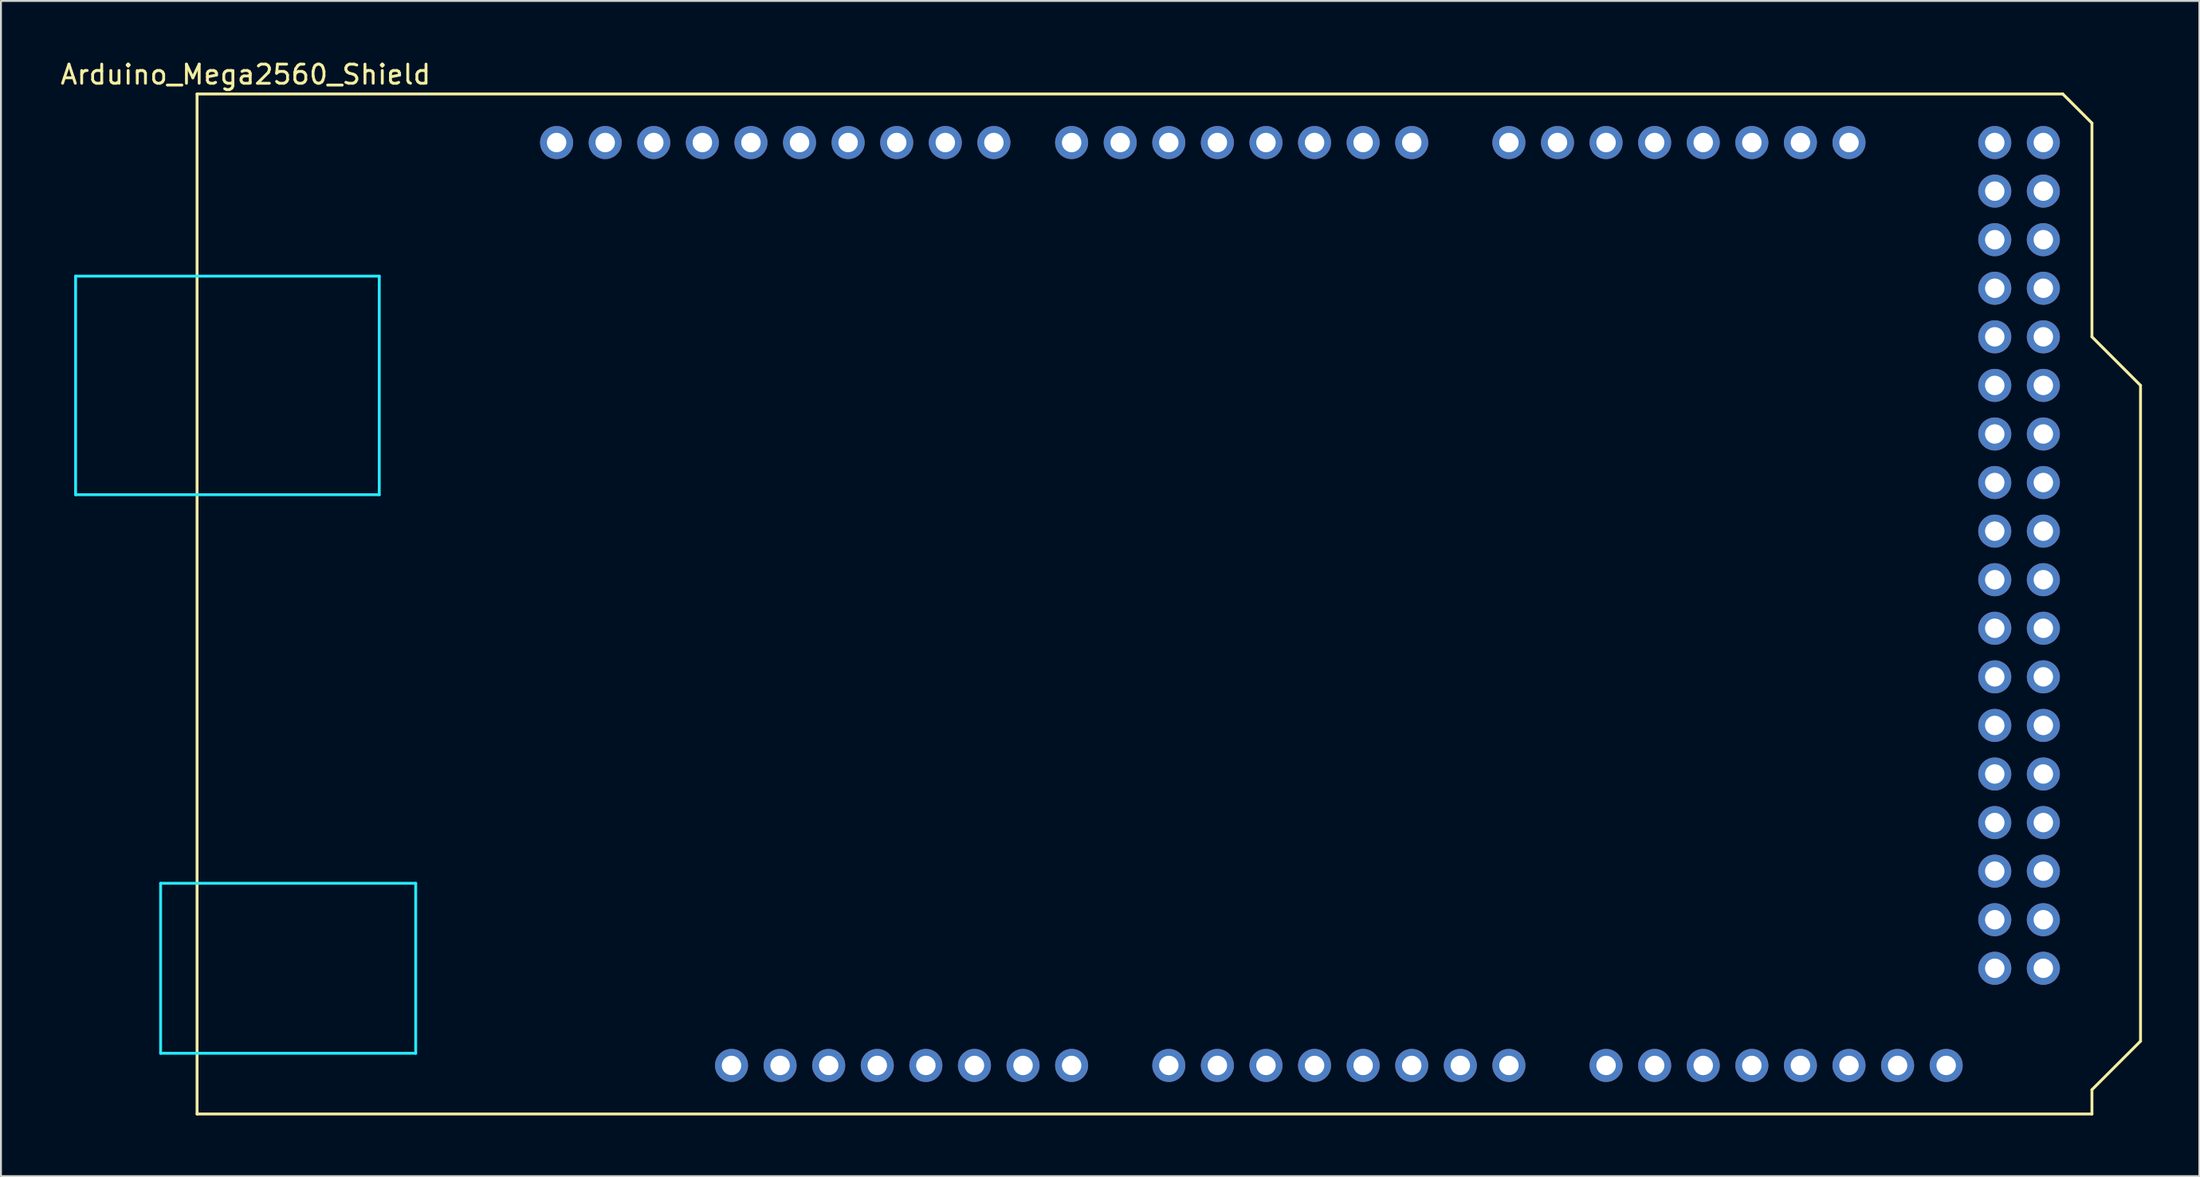
<source format=kicad_pcb>
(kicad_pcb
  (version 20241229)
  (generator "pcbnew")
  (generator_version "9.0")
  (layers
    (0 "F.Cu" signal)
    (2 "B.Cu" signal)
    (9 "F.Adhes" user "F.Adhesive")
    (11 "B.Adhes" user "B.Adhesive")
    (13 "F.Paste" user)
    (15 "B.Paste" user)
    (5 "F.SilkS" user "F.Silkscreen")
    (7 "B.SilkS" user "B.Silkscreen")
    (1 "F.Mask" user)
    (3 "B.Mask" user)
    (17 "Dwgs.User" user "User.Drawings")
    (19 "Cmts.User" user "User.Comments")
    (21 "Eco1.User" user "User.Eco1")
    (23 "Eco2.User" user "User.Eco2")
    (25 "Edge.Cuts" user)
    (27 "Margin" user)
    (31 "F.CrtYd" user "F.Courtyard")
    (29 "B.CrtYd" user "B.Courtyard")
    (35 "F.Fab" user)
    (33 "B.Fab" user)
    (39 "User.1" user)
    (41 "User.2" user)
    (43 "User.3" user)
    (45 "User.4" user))
  (footprint "Arduino_Mega2560_Shield"
    (layer "F.Cu")
    (at 7.252 55.204)
    (property "Reference" "Arduino_Mega2560_Shield" (at 2.54 -54.356 0) (layer "F.SilkS") (effects (font (size 1 1) (thickness 0.15))))
    (attr through_hole)
    (fp_line (start 0 -53.34) (end 0 0) (stroke (width 0.15) (type solid)) (layer "F.SilkS"))
    (fp_line (start 0 -53.34) (end 97.536 -53.34) (stroke (width 0.15) (type solid)) (layer "F.SilkS"))
    (fp_line (start 0 0) (end 99.06 0) (stroke (width 0.15) (type solid)) (layer "F.SilkS"))
    (fp_line (start 97.536 -53.34) (end 99.06 -51.816) (stroke (width 0.15) (type solid)) (layer "F.SilkS"))
    (fp_line (start 99.06 -40.64) (end 99.06 -51.816) (stroke (width 0.15) (type solid)) (layer "F.SilkS"))
    (fp_line (start 99.06 -1.27) (end 101.6 -3.81) (stroke (width 0.15) (type solid)) (layer "F.SilkS"))
    (fp_line (start 99.06 0) (end 99.06 -1.27) (stroke (width 0.15) (type solid)) (layer "F.SilkS"))
    (fp_line (start 101.6 -38.1) (end 99.06 -40.64) (stroke (width 0.15) (type solid)) (layer "F.SilkS"))
    (fp_line (start 101.6 -3.81) (end 101.6 -38.1) (stroke (width 0.15) (type solid)) (layer "F.SilkS"))
    (fp_line (start -6.35 -43.815) (end -6.35 -32.385) (stroke (width 0.15) (type solid)) (layer "B.CrtYd"))
    (fp_line (start -1.905 -12.065) (end -1.905 -3.175) (stroke (width 0.15) (type solid)) (layer "B.CrtYd"))
    (fp_line (start -1.905 -12.065) (end 11.43 -12.065) (stroke (width 0.15) (type solid)) (layer "B.CrtYd"))
    (fp_line (start -1.905 -3.175) (end 11.43 -3.175) (stroke (width 0.15) (type solid)) (layer "B.CrtYd"))
    (fp_line (start 9.525 -43.815) (end -6.35 -43.815) (stroke (width 0.15) (type solid)) (layer "B.CrtYd"))
    (fp_line (start 9.525 -43.815) (end 9.525 -32.385) (stroke (width 0.15) (type solid)) (layer "B.CrtYd"))
    (fp_line (start 9.525 -32.385) (end -6.35 -32.385) (stroke (width 0.15) (type solid)) (layer "B.CrtYd"))
    (fp_line (start 11.43 -12.065) (end 11.43 -3.175) (stroke (width 0.15) (type solid)) (layer "B.CrtYd"))
    (pad "" thru_hole oval (at 27.94 -2.54) (size 1.727 1.727) (drill 1.016) (layers "*.Cu" "*.Mask"))
    (pad "3V3" thru_hole oval (at 35.56 -2.54) (size 1.727 1.727) (drill 1.016) (layers "*.Cu" "*.Mask"))
    (pad "5V1" thru_hole oval (at 38.1 -2.54) (size 1.727 1.727) (drill 1.016) (layers "*.Cu" "*.Mask"))
    (pad "5V3" thru_hole oval (at 93.98 -50.8) (size 1.727 1.727) (drill 1.016) (layers "*.Cu" "*.Mask"))
    (pad "5V4" thru_hole oval (at 96.52 -50.8) (size 1.727 1.727) (drill 1.016) (layers "*.Cu" "*.Mask"))
    (pad "A0" thru_hole oval (at 50.8 -2.54) (size 1.727 1.727) (drill 1.016) (layers "*.Cu" "*.Mask"))
    (pad "A1" thru_hole oval (at 53.34 -2.54) (size 1.727 1.727) (drill 1.016) (layers "*.Cu" "*.Mask"))
    (pad "A2" thru_hole oval (at 55.88 -2.54) (size 1.727 1.727) (drill 1.016) (layers "*.Cu" "*.Mask"))
    (pad "A3" thru_hole oval (at 58.42 -2.54) (size 1.727 1.727) (drill 1.016) (layers "*.Cu" "*.Mask"))
    (pad "A4" thru_hole oval (at 60.96 -2.54) (size 1.727 1.727) (drill 1.016) (layers "*.Cu" "*.Mask"))
    (pad "A5" thru_hole oval (at 63.5 -2.54) (size 1.727 1.727) (drill 1.016) (layers "*.Cu" "*.Mask"))
    (pad "A6" thru_hole oval (at 66.04 -2.54) (size 1.727 1.727) (drill 1.016) (layers "*.Cu" "*.Mask"))
    (pad "A7" thru_hole oval (at 68.58 -2.54) (size 1.727 1.727) (drill 1.016) (layers "*.Cu" "*.Mask"))
    (pad "A8" thru_hole oval (at 73.66 -2.54) (size 1.727 1.727) (drill 1.016) (layers "*.Cu" "*.Mask"))
    (pad "A9" thru_hole oval (at 76.2 -2.54) (size 1.727 1.727) (drill 1.016) (layers "*.Cu" "*.Mask"))
    (pad "A10" thru_hole oval (at 78.74 -2.54) (size 1.727 1.727) (drill 1.016) (layers "*.Cu" "*.Mask"))
    (pad "A11" thru_hole oval (at 81.28 -2.54) (size 1.727 1.727) (drill 1.016) (layers "*.Cu" "*.Mask"))
    (pad "A12" thru_hole oval (at 83.82 -2.54) (size 1.727 1.727) (drill 1.016) (layers "*.Cu" "*.Mask"))
    (pad "A13" thru_hole oval (at 86.36 -2.54) (size 1.727 1.727) (drill 1.016) (layers "*.Cu" "*.Mask"))
    (pad "A14" thru_hole oval (at 88.9 -2.54) (size 1.727 1.727) (drill 1.016) (layers "*.Cu" "*.Mask"))
    (pad "A15" thru_hole oval (at 91.44 -2.54) (size 1.727 1.727) (drill 1.016) (layers "*.Cu" "*.Mask"))
    (pad "AREF" thru_hole oval (at 23.876 -50.8) (size 1.727 1.727) (drill 1.016) (layers "*.Cu" "*.Mask"))
    (pad "D0" thru_hole oval (at 63.5 -50.8) (size 1.727 1.727) (drill 1.016) (layers "*.Cu" "*.Mask"))
    (pad "D1" thru_hole oval (at 60.96 -50.8) (size 1.727 1.727) (drill 1.016) (layers "*.Cu" "*.Mask"))
    (pad "D2" thru_hole oval (at 58.42 -50.8) (size 1.727 1.727) (drill 1.016) (layers "*.Cu" "*.Mask"))
    (pad "D3" thru_hole oval (at 55.88 -50.8) (size 1.727 1.727) (drill 1.016) (layers "*.Cu" "*.Mask"))
    (pad "D4" thru_hole oval (at 53.34 -50.8) (size 1.727 1.727) (drill 1.016) (layers "*.Cu" "*.Mask"))
    (pad "D5" thru_hole oval (at 50.8 -50.8) (size 1.727 1.727) (drill 1.016) (layers "*.Cu" "*.Mask"))
    (pad "D6" thru_hole oval (at 48.26 -50.8) (size 1.727 1.727) (drill 1.016) (layers "*.Cu" "*.Mask"))
    (pad "D7" thru_hole oval (at 45.72 -50.8) (size 1.727 1.727) (drill 1.016) (layers "*.Cu" "*.Mask"))
    (pad "D8" thru_hole oval (at 41.656 -50.8) (size 1.727 1.727) (drill 1.016) (layers "*.Cu" "*.Mask"))
    (pad "D9" thru_hole oval (at 39.116 -50.8) (size 1.727 1.727) (drill 1.016) (layers "*.Cu" "*.Mask"))
    (pad "D10" thru_hole oval (at 36.576 -50.8) (size 1.727 1.727) (drill 1.016) (layers "*.Cu" "*.Mask"))
    (pad "D11" thru_hole oval (at 34.036 -50.8) (size 1.727 1.727) (drill 1.016) (layers "*.Cu" "*.Mask"))
    (pad "D12" thru_hole oval (at 31.496 -50.8) (size 1.727 1.727) (drill 1.016) (layers "*.Cu" "*.Mask"))
    (pad "D13" thru_hole oval (at 28.956 -50.8) (size 1.727 1.727) (drill 1.016) (layers "*.Cu" "*.Mask"))
    (pad "D14" thru_hole oval (at 68.58 -50.8) (size 1.727 1.727) (drill 1.016) (layers "*.Cu" "*.Mask"))
    (pad "D15" thru_hole oval (at 71.12 -50.8) (size 1.727 1.727) (drill 1.016) (layers "*.Cu" "*.Mask"))
    (pad "D16" thru_hole oval (at 73.66 -50.8) (size 1.727 1.727) (drill 1.016) (layers "*.Cu" "*.Mask"))
    (pad "D17" thru_hole oval (at 76.2 -50.8) (size 1.727 1.727) (drill 1.016) (layers "*.Cu" "*.Mask"))
    (pad "D18" thru_hole oval (at 78.74 -50.8) (size 1.727 1.727) (drill 1.016) (layers "*.Cu" "*.Mask"))
    (pad "D19" thru_hole oval (at 81.28 -50.8) (size 1.727 1.727) (drill 1.016) (layers "*.Cu" "*.Mask"))
    (pad "D20" thru_hole oval (at 83.82 -50.8) (size 1.727 1.727) (drill 1.016) (layers "*.Cu" "*.Mask"))
    (pad "D21" thru_hole oval (at 86.36 -50.8) (size 1.727 1.727) (drill 1.016) (layers "*.Cu" "*.Mask"))
    (pad "D22" thru_hole oval (at 93.98 -48.26) (size 1.727 1.727) (drill 1.016) (layers "*.Cu" "*.Mask"))
    (pad "D23" thru_hole oval (at 96.52 -48.26) (size 1.727 1.727) (drill 1.016) (layers "*.Cu" "*.Mask"))
    (pad "D24" thru_hole oval (at 93.98 -45.72) (size 1.727 1.727) (drill 1.016) (layers "*.Cu" "*.Mask"))
    (pad "D25" thru_hole oval (at 96.52 -45.72) (size 1.727 1.727) (drill 1.016) (layers "*.Cu" "*.Mask"))
    (pad "D26" thru_hole oval (at 93.98 -43.18) (size 1.727 1.727) (drill 1.016) (layers "*.Cu" "*.Mask"))
    (pad "D27" thru_hole oval (at 96.52 -43.18) (size 1.727 1.727) (drill 1.016) (layers "*.Cu" "*.Mask"))
    (pad "D28" thru_hole oval (at 93.98 -40.64) (size 1.727 1.727) (drill 1.016) (layers "*.Cu" "*.Mask"))
    (pad "D29" thru_hole oval (at 96.52 -40.64) (size 1.727 1.727) (drill 1.016) (layers "*.Cu" "*.Mask"))
    (pad "D30" thru_hole oval (at 93.98 -38.1) (size 1.727 1.727) (drill 1.016) (layers "*.Cu" "*.Mask"))
    (pad "D31" thru_hole oval (at 96.52 -38.1) (size 1.727 1.727) (drill 1.016) (layers "*.Cu" "*.Mask"))
    (pad "D32" thru_hole oval (at 93.98 -35.56) (size 1.727 1.727) (drill 1.016) (layers "*.Cu" "*.Mask"))
    (pad "D33" thru_hole oval (at 96.52 -35.56) (size 1.727 1.727) (drill 1.016) (layers "*.Cu" "*.Mask"))
    (pad "D34" thru_hole oval (at 93.98 -33.02) (size 1.727 1.727) (drill 1.016) (layers "*.Cu" "*.Mask"))
    (pad "D35" thru_hole oval (at 96.52 -33.02) (size 1.727 1.727) (drill 1.016) (layers "*.Cu" "*.Mask"))
    (pad "D36" thru_hole oval (at 93.98 -30.48) (size 1.727 1.727) (drill 1.016) (layers "*.Cu" "*.Mask"))
    (pad "D37" thru_hole oval (at 96.52 -30.48) (size 1.727 1.727) (drill 1.016) (layers "*.Cu" "*.Mask"))
    (pad "D38" thru_hole oval (at 93.98 -27.94) (size 1.727 1.727) (drill 1.016) (layers "*.Cu" "*.Mask"))
    (pad "D39" thru_hole oval (at 96.52 -27.94) (size 1.727 1.727) (drill 1.016) (layers "*.Cu" "*.Mask"))
    (pad "D40" thru_hole oval (at 93.98 -25.4) (size 1.727 1.727) (drill 1.016) (layers "*.Cu" "*.Mask"))
    (pad "D41" thru_hole oval (at 96.52 -25.4) (size 1.727 1.727) (drill 1.016) (layers "*.Cu" "*.Mask"))
    (pad "D42" thru_hole oval (at 93.98 -22.86) (size 1.727 1.727) (drill 1.016) (layers "*.Cu" "*.Mask"))
    (pad "D43" thru_hole oval (at 96.52 -22.86) (size 1.727 1.727) (drill 1.016) (layers "*.Cu" "*.Mask"))
    (pad "D44" thru_hole oval (at 93.98 -20.32) (size 1.727 1.727) (drill 1.016) (layers "*.Cu" "*.Mask"))
    (pad "D45" thru_hole oval (at 96.52 -20.32) (size 1.727 1.727) (drill 1.016) (layers "*.Cu" "*.Mask"))
    (pad "D46" thru_hole oval (at 93.98 -17.78) (size 1.727 1.727) (drill 1.016) (layers "*.Cu" "*.Mask"))
    (pad "D47" thru_hole oval (at 96.52 -17.78) (size 1.727 1.727) (drill 1.016) (layers "*.Cu" "*.Mask"))
    (pad "D48" thru_hole oval (at 93.98 -15.24) (size 1.727 1.727) (drill 1.016) (layers "*.Cu" "*.Mask"))
    (pad "D49" thru_hole oval (at 96.52 -15.24) (size 1.727 1.727) (drill 1.016) (layers "*.Cu" "*.Mask"))
    (pad "D50" thru_hole oval (at 93.98 -12.7) (size 1.727 1.727) (drill 1.016) (layers "*.Cu" "*.Mask"))
    (pad "D51" thru_hole oval (at 96.52 -12.7) (size 1.727 1.727) (drill 1.016) (layers "*.Cu" "*.Mask"))
    (pad "D52" thru_hole oval (at 93.98 -10.16) (size 1.727 1.727) (drill 1.016) (layers "*.Cu" "*.Mask"))
    (pad "D53" thru_hole oval (at 96.52 -10.16) (size 1.727 1.727) (drill 1.016) (layers "*.Cu" "*.Mask"))
    (pad "GND1" thru_hole oval (at 26.416 -50.8) (size 1.727 1.727) (drill 1.016) (layers "*.Cu" "*.Mask"))
    (pad "GND2" thru_hole oval (at 40.64 -2.54) (size 1.727 1.727) (drill 1.016) (layers "*.Cu" "*.Mask"))
    (pad "GND3" thru_hole oval (at 43.18 -2.54) (size 1.727 1.727) (drill 1.016) (layers "*.Cu" "*.Mask"))
    (pad "GND5" thru_hole oval (at 93.98 -7.62) (size 1.727 1.727) (drill 1.016) (layers "*.Cu" "*.Mask"))
    (pad "GND6" thru_hole oval (at 96.52 -7.62) (size 1.727 1.727) (drill 1.016) (layers "*.Cu" "*.Mask"))
    (pad "IORF" thru_hole oval (at 30.48 -2.54) (size 1.727 1.727) (drill 1.016) (layers "*.Cu" "*.Mask"))
    (pad "RST1" thru_hole oval (at 33.02 -2.54) (size 1.727 1.727) (drill 1.016) (layers "*.Cu" "*.Mask"))
    (pad "SCL" thru_hole oval (at 18.796 -50.8) (size 1.727 1.727) (drill 1.016) (layers "*.Cu" "*.Mask"))
    (pad "SDA" thru_hole oval (at 21.336 -50.8) (size 1.727 1.727) (drill 1.016) (layers "*.Cu" "*.Mask"))
    (pad "VIN" thru_hole oval (at 45.72 -2.54) (size 1.727 1.727) (drill 1.016) (layers "*.Cu" "*.Mask")))
  (gr_rect
    (start -3 -3)
    (end 111.927 58.454)
    (stroke (width 0.1) (type default))
    (fill no)
    (layer "Edge.Cuts")))
</source>
